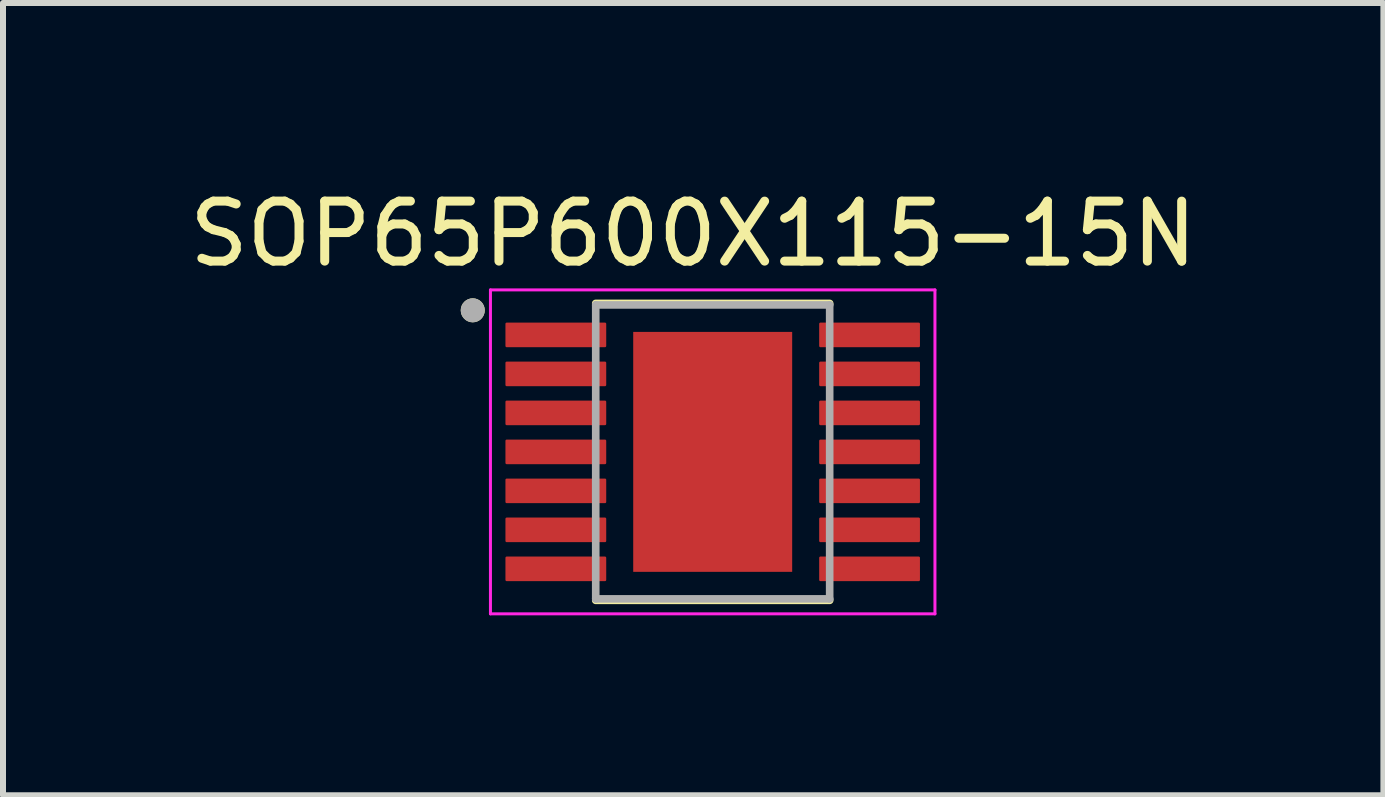
<source format=kicad_pcb>
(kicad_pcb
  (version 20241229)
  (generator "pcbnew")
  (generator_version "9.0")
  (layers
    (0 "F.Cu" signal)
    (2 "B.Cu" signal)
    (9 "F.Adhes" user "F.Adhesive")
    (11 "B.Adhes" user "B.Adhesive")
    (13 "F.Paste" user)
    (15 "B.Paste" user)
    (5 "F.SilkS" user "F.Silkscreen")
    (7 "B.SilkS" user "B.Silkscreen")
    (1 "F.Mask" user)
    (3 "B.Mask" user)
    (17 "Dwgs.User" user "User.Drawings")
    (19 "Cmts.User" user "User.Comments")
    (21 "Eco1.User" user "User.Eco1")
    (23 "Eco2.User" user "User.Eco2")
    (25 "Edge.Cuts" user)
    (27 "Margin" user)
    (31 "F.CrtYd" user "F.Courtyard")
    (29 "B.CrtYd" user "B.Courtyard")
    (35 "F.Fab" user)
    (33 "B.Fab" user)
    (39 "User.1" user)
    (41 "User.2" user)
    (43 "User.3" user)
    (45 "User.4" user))
  (footprint "SOP65P600X115-15N"
    (layer "F.Cu")
    (at 8.831 4.483)
    (property "Reference" "SOP65P600X115-15N" (at -0.325 -3.635 0) (layer "F.SilkS") (effects (font (size 1 1) (thickness 0.15))))
    (attr smd)
    (fp_line (start -1.95 -2.475) (end 1.95 -2.475) (stroke (width 0.127) (type solid)) (layer "F.SilkS"))
    (fp_line (start -1.95 2.475) (end 1.95 2.475) (stroke (width 0.127) (type solid)) (layer "F.SilkS"))
    (fp_circle (center -4 -2.36) (end -3.9 -2.36) (stroke (width 0.2) (type solid)) (fill no) (layer "F.SilkS"))
    (fp_poly (pts (xy -0.83 -1.26) (xy 0.83 -1.26) (xy 0.83 1.26) (xy -0.83 1.26)) (stroke (width 0.01) (type solid)) (fill yes) (layer "F.Paste"))
    (fp_line (start -3.705 -2.7) (end -3.705 2.7) (stroke (width 0.05) (type solid)) (layer "F.CrtYd"))
    (fp_line (start -3.705 -2.7) (end 3.705 -2.7) (stroke (width 0.05) (type solid)) (layer "F.CrtYd"))
    (fp_line (start -3.705 2.7) (end 3.705 2.7) (stroke (width 0.05) (type solid)) (layer "F.CrtYd"))
    (fp_line (start 3.705 -2.7) (end 3.705 2.7) (stroke (width 0.05) (type solid)) (layer "F.CrtYd"))
    (fp_line (start -1.95 -2.45) (end -1.95 2.45) (stroke (width 0.127) (type solid)) (layer "F.Fab"))
    (fp_line (start -1.95 -2.45) (end 1.95 -2.45) (stroke (width 0.127) (type solid)) (layer "F.Fab"))
    (fp_line (start -1.95 2.45) (end 1.95 2.45) (stroke (width 0.127) (type solid)) (layer "F.Fab"))
    (fp_line (start 1.95 -2.45) (end 1.95 2.45) (stroke (width 0.127) (type solid)) (layer "F.Fab"))
    (fp_circle (center -4 -2.36) (end -3.9 -2.36) (stroke (width 0.2) (type solid)) (fill no) (layer "F.Fab"))
    (pad "1" smd roundrect (at -2.615 -1.95) (size 1.68 0.41) (layers "F.Cu" "F.Mask" "F.Paste") (roundrect_rratio 0.05))
    (pad "2" smd roundrect (at -2.615 -1.3) (size 1.68 0.41) (layers "F.Cu" "F.Mask" "F.Paste") (roundrect_rratio 0.05))
    (pad "3" smd roundrect (at -2.615 -0.65) (size 1.68 0.41) (layers "F.Cu" "F.Mask" "F.Paste") (roundrect_rratio 0.05))
    (pad "4" smd roundrect (at -2.615 0) (size 1.68 0.41) (layers "F.Cu" "F.Mask" "F.Paste") (roundrect_rratio 0.05))
    (pad "5" smd roundrect (at -2.615 0.65) (size 1.68 0.41) (layers "F.Cu" "F.Mask" "F.Paste") (roundrect_rratio 0.05))
    (pad "6" smd roundrect (at -2.615 1.3) (size 1.68 0.41) (layers "F.Cu" "F.Mask" "F.Paste") (roundrect_rratio 0.05))
    (pad "7" smd roundrect (at -2.615 1.95) (size 1.68 0.41) (layers "F.Cu" "F.Mask" "F.Paste") (roundrect_rratio 0.05))
    (pad "8" smd roundrect (at 2.615 1.95) (size 1.68 0.41) (layers "F.Cu" "F.Mask" "F.Paste") (roundrect_rratio 0.05))
    (pad "9" smd roundrect (at 2.615 1.3) (size 1.68 0.41) (layers "F.Cu" "F.Mask" "F.Paste") (roundrect_rratio 0.05))
    (pad "10" smd roundrect (at 2.615 0.65) (size 1.68 0.41) (layers "F.Cu" "F.Mask" "F.Paste") (roundrect_rratio 0.05))
    (pad "11" smd roundrect (at 2.615 0) (size 1.68 0.41) (layers "F.Cu" "F.Mask" "F.Paste") (roundrect_rratio 0.05))
    (pad "12" smd roundrect (at 2.615 -0.65) (size 1.68 0.41) (layers "F.Cu" "F.Mask" "F.Paste") (roundrect_rratio 0.05))
    (pad "13" smd roundrect (at 2.615 -1.3) (size 1.68 0.41) (layers "F.Cu" "F.Mask" "F.Paste") (roundrect_rratio 0.05))
    (pad "14" smd roundrect (at 2.615 -1.95) (size 1.68 0.41) (layers "F.Cu" "F.Mask" "F.Paste") (roundrect_rratio 0.05))
    (pad "15" smd rect (at 0 0) (size 2.65 4) (layers "F.Cu" "F.Mask")))
  (gr_rect
    (start -3 -3)
    (end 20.012 10.208)
    (stroke (width 0.1) (type default))
    (fill no)
    (layer "Edge.Cuts")))
</source>
